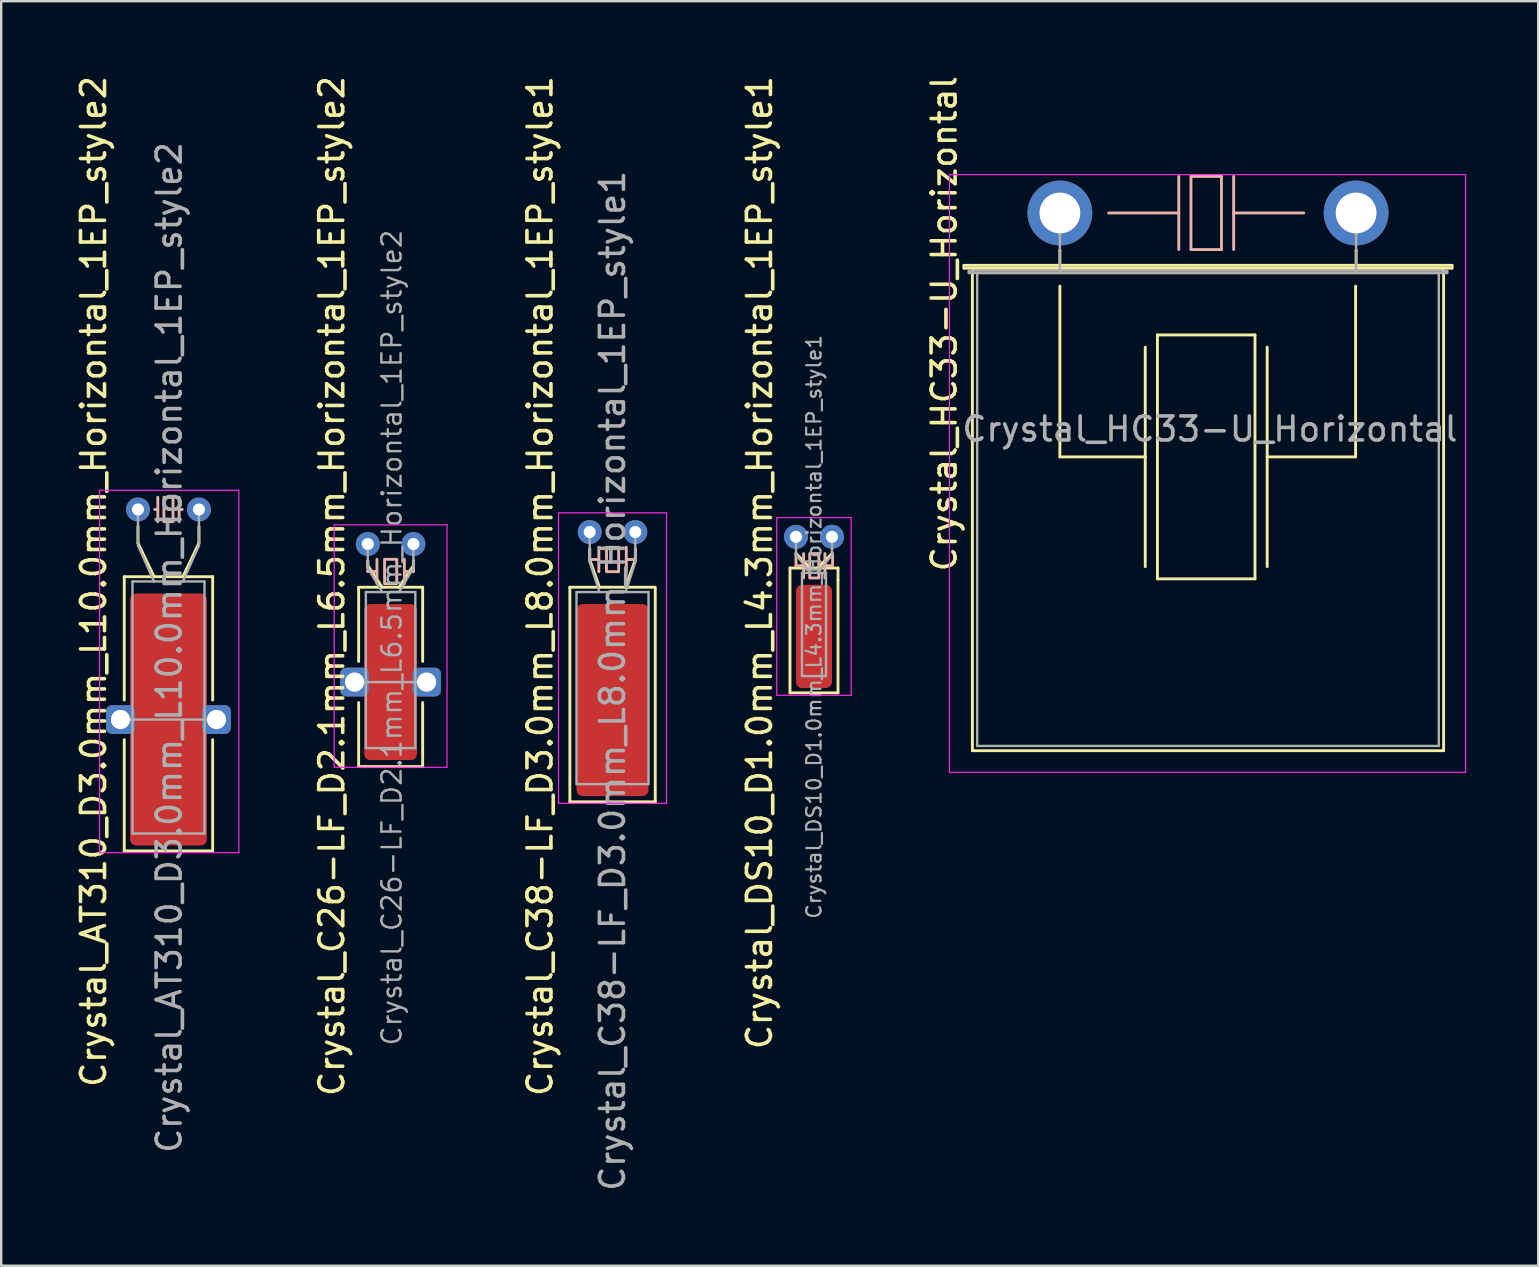
<source format=kicad_pcb>
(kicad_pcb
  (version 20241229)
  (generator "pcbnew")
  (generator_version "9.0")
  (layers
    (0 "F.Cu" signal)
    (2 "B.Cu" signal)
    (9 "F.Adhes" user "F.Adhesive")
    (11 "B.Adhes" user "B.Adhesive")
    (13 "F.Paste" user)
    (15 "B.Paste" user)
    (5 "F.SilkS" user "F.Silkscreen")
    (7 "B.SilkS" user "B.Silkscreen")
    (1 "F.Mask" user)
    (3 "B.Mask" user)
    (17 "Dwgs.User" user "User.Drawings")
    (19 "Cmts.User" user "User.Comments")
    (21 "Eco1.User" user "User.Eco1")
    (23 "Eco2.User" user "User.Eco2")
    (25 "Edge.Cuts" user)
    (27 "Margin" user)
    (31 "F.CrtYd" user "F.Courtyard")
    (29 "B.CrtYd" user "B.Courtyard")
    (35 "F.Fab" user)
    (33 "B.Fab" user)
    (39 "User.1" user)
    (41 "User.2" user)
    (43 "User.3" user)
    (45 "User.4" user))
  (footprint "Crystal_C26-LF_D2.1mm_L6.5mm_Horizontal_1EP_style2"
    (layer "F.Cu")
    (at 12.271 19.613)
    (property "Reference" "Crystal_C26-LF_D2.1mm_L6.5mm_Horizontal_1EP_style2" (at -1.5 1.75 90) (layer "F.SilkS") (effects (font (size 1 1) (thickness 0.15))))
    (attr through_hole)
    (fp_line (start -0.381 1.8) (end 2.286 1.8) (stroke (width 0.12) (type solid)) (layer "F.SilkS"))
    (fp_line (start -0.381 4.889) (end -0.381 1.8) (stroke (width 0.12) (type solid)) (layer "F.SilkS"))
    (fp_line (start -0.381 9.271) (end -0.381 6.604) (stroke (width 0.12) (type solid)) (layer "F.SilkS"))
    (fp_line (start 0 0.9) (end 0 0.7) (stroke (width 0.12) (type solid)) (layer "F.SilkS"))
    (fp_line (start 0.6 1.8) (end 0 0.9) (stroke (width 0.12) (type solid)) (layer "F.SilkS"))
    (fp_line (start 1.3 1.8) (end 1.9 0.9) (stroke (width 0.12) (type solid)) (layer "F.SilkS"))
    (fp_line (start 1.9 0.9) (end 1.9 0.7) (stroke (width 0.12) (type solid)) (layer "F.SilkS"))
    (fp_line (start 2.286 1.8) (end 2.286 4.889) (stroke (width 0.12) (type solid)) (layer "F.SilkS"))
    (fp_line (start 2.286 6.604) (end 2.286 9.207) (stroke (width 0.12) (type solid)) (layer "F.SilkS"))
    (fp_line (start 2.286 9.207) (end 2.286 9.271) (stroke (width 0.12) (type solid)) (layer "F.SilkS"))
    (fp_line (start 2.286 9.271) (end -0.381 9.271) (stroke (width 0.12) (type solid)) (layer "F.SilkS"))
    (fp_line (start 0 1.143) (end 0 0.699) (stroke (width 0.12) (type solid)) (layer "B.SilkS"))
    (fp_line (start 0.381 0.635) (end 0.381 1.651) (stroke (width 0.12) (type solid)) (layer "B.SilkS"))
    (fp_line (start 0.381 1.143) (end 0 1.143) (stroke (width 0.12) (type solid)) (layer "B.SilkS"))
    (fp_line (start 1.524 0.635) (end 1.524 1.651) (stroke (width 0.12) (type solid)) (layer "B.SilkS"))
    (fp_line (start 1.524 1.143) (end 1.905 1.143) (stroke (width 0.12) (type solid)) (layer "B.SilkS"))
    (fp_line (start 1.905 1.143) (end 1.905 0.699) (stroke (width 0.12) (type solid)) (layer "B.SilkS"))
    (fp_rect (start 0.699 0.635) (end 1.206 1.651) (stroke (width 0.12) (type solid)) (fill no) (layer "B.SilkS"))
    (fp_line (start -1.4 -0.8) (end -1.4 9.3) (stroke (width 0.05) (type solid)) (layer "F.CrtYd"))
    (fp_line (start -1.4 9.3) (end 3.3 9.3) (stroke (width 0.05) (type solid)) (layer "F.CrtYd"))
    (fp_line (start 3.3 -0.8) (end -1.4 -0.8) (stroke (width 0.05) (type solid)) (layer "F.CrtYd"))
    (fp_line (start 3.3 9.3) (end 3.3 -0.8) (stroke (width 0.05) (type solid)) (layer "F.CrtYd"))
    (fp_line (start -0.55 5.75) (end 2.45 5.75) (stroke (width 0.1) (type solid)) (layer "F.Fab"))
    (fp_line (start -0.08 2) (end -0.08 8.5) (stroke (width 0.1) (type solid)) (layer "F.Fab"))
    (fp_line (start -0.08 8.5) (end 1.98 8.5) (stroke (width 0.1) (type solid)) (layer "F.Fab"))
    (fp_line (start 0 1) (end 0 0) (stroke (width 0.1) (type solid)) (layer "F.Fab"))
    (fp_line (start 0.6 2) (end 0 1) (stroke (width 0.1) (type solid)) (layer "F.Fab"))
    (fp_line (start 1.3 2) (end 1.9 1) (stroke (width 0.1) (type solid)) (layer "F.Fab"))
    (fp_line (start 1.9 1) (end 1.9 0) (stroke (width 0.1) (type solid)) (layer "F.Fab"))
    (fp_line (start 1.98 2) (end -0.08 2) (stroke (width 0.1) (type solid)) (layer "F.Fab"))
    (fp_line (start 1.98 8.5) (end 1.98 2) (stroke (width 0.1) (type solid)) (layer "F.Fab"))
    (fp_text user "${REFERENCE}" (at 1 3.9 90) (layer "F.Fab") (effects (font (size 0.8 0.8) (thickness 0.1))))
    (pad "1" thru_hole circle (at 0 0) (size 1 1) (drill 0.5) (layers "*.Cu" "*.Mask"))
    (pad "2" thru_hole circle (at 1.9 0) (size 1 1) (drill 0.5) (layers "*.Cu" "*.Mask"))
    (pad "3" thru_hole roundrect (at -0.55 5.75) (size 1.2 1.2) (drill 0.8) (layers "*.Cu" "*.Mask") (roundrect_rratio 0.208))
    (pad "3" smd roundrect (at 0.95 5.75) (size 2.2 6.5) (layers "F.Cu" "F.Mask" "F.Paste") (roundrect_rratio 0.114))
    (pad "3" thru_hole roundrect (at 2.45 5.75) (size 1.2 1.2) (drill 0.8) (layers "*.Cu" "*.Mask") (roundrect_rratio 0.208)))
  (footprint "Crystal_C38-LF_D3.0mm_L8.0mm_Horizontal_1EP_style1"
    (layer "F.Cu")
    (at 21.515 19.113)
    (property "Reference" "Crystal_C38-LF_D3.0mm_L8.0mm_Horizontal_1EP_style1" (at -2.07 2.25 90) (layer "F.SilkS") (effects (font (size 1 1) (thickness 0.15))))
    (attr through_hole)
    (fp_line (start -0.826 2.3) (end 2.731 2.3) (stroke (width 0.12) (type solid)) (layer "F.SilkS"))
    (fp_line (start -0.826 11.239) (end -0.826 2.3) (stroke (width 0.12) (type solid)) (layer "F.SilkS"))
    (fp_line (start 0 1.15) (end 0 0.7) (stroke (width 0.12) (type solid)) (layer "F.SilkS"))
    (fp_line (start 0.405 2.3) (end 0 1.15) (stroke (width 0.12) (type solid)) (layer "F.SilkS"))
    (fp_line (start 1.495 2.3) (end 1.9 1.15) (stroke (width 0.12) (type solid)) (layer "F.SilkS"))
    (fp_line (start 1.9 1.15) (end 1.9 0.7) (stroke (width 0.12) (type solid)) (layer "F.SilkS"))
    (fp_line (start 2.731 2.364) (end 2.731 11.239) (stroke (width 0.12) (type solid)) (layer "F.SilkS"))
    (fp_line (start 2.731 11.239) (end -0.826 11.239) (stroke (width 0.12) (type solid)) (layer "F.SilkS"))
    (fp_line (start 0 1.143) (end 0 0.699) (stroke (width 0.12) (type solid)) (layer "B.SilkS"))
    (fp_line (start 0.381 0.635) (end 0.381 1.651) (stroke (width 0.12) (type solid)) (layer "B.SilkS"))
    (fp_line (start 0.381 1.143) (end 0 1.143) (stroke (width 0.12) (type solid)) (layer "B.SilkS"))
    (fp_line (start 1.524 0.635) (end 1.524 1.651) (stroke (width 0.12) (type solid)) (layer "B.SilkS"))
    (fp_line (start 1.524 1.143) (end 1.905 1.143) (stroke (width 0.12) (type solid)) (layer "B.SilkS"))
    (fp_line (start 1.905 1.143) (end 1.905 0.699) (stroke (width 0.12) (type solid)) (layer "B.SilkS"))
    (fp_rect (start 0.699 0.635) (end 1.206 1.651) (stroke (width 0.12) (type solid)) (fill no) (layer "B.SilkS"))
    (fp_line (start -1.3 -0.8) (end -1.3 11.3) (stroke (width 0.05) (type solid)) (layer "F.CrtYd"))
    (fp_line (start -1.3 11.3) (end 3.2 11.3) (stroke (width 0.05) (type solid)) (layer "F.CrtYd"))
    (fp_line (start 3.2 -0.8) (end -1.3 -0.8) (stroke (width 0.05) (type solid)) (layer "F.CrtYd"))
    (fp_line (start 3.2 11.3) (end 3.2 -0.8) (stroke (width 0.05) (type solid)) (layer "F.CrtYd"))
    (fp_line (start -0.55 2.5) (end -0.55 10.5) (stroke (width 0.1) (type solid)) (layer "F.Fab"))
    (fp_line (start -0.55 10.5) (end 2.45 10.5) (stroke (width 0.1) (type solid)) (layer "F.Fab"))
    (fp_line (start 0 1.25) (end 0 0) (stroke (width 0.1) (type solid)) (layer "F.Fab"))
    (fp_line (start 0.405 2.5) (end 0 1.25) (stroke (width 0.1) (type solid)) (layer "F.Fab"))
    (fp_line (start 1.495 2.5) (end 1.9 1.25) (stroke (width 0.1) (type solid)) (layer "F.Fab"))
    (fp_line (start 1.9 1.25) (end 1.9 0) (stroke (width 0.1) (type solid)) (layer "F.Fab"))
    (fp_line (start 2.45 2.5) (end -0.55 2.5) (stroke (width 0.1) (type solid)) (layer "F.Fab"))
    (fp_line (start 2.45 10.5) (end 2.45 2.5) (stroke (width 0.1) (type solid)) (layer "F.Fab"))
    (fp_text user "${REFERENCE}" (at 0.95 6.2 90) (layer "F.Fab") (effects (font (size 1 1) (thickness 0.15))))
    (pad "1" thru_hole circle (at 0 0) (size 1 1) (drill 0.5) (layers "*.Cu" "*.Mask"))
    (pad "2" thru_hole circle (at 1.9 0) (size 1 1) (drill 0.5) (layers "*.Cu" "*.Mask"))
    (pad "3" smd roundrect (at 0.95 7) (size 3 8) (layers "F.Cu" "F.Mask" "F.Paste") (roundrect_rratio 0.083)))
  (footprint "Crystal_HC33-U_Horizontal"
    (layer "F.Cu")
    (at 41.101 5.822)
    (property "Reference" "Crystal_HC33-U_Horizontal" (at -4.82 4.612 90) (layer "F.SilkS") (effects (font (size 1 1) (thickness 0.15))))
    (attr through_hole)
    (fp_line (start -3.995 2.18) (end 16.335 2.18) (stroke (width 0.12) (type solid)) (layer "F.SilkS"))
    (fp_line (start -3.995 2.3) (end -3.995 2.18) (stroke (width 0.12) (type solid)) (layer "F.SilkS"))
    (fp_line (start -3.645 2.3) (end -3.645 22.4) (stroke (width 0.12) (type solid)) (layer "F.SilkS"))
    (fp_line (start -3.645 22.4) (end 15.985 22.4) (stroke (width 0.12) (type solid)) (layer "F.SilkS"))
    (fp_line (start 0 1.55) (end 0 1.55) (stroke (width 0.12) (type solid)) (layer "F.SilkS"))
    (fp_line (start 0 2.3) (end 0 1.55) (stroke (width 0.12) (type solid)) (layer "F.SilkS"))
    (fp_line (start 0 3.048) (end 0 10.16) (stroke (width 0.12) (type solid)) (layer "F.SilkS"))
    (fp_line (start 0 10.16) (end 3.556 10.16) (stroke (width 0.12) (type solid)) (layer "F.SilkS"))
    (fp_line (start 3.556 10.16) (end 3.556 5.588) (stroke (width 0.12) (type solid)) (layer "F.SilkS"))
    (fp_line (start 3.556 14.732) (end 3.556 10.16) (stroke (width 0.12) (type solid)) (layer "F.SilkS"))
    (fp_line (start 4.064 5.08) (end 4.064 15.24) (stroke (width 0.12) (type solid)) (layer "F.SilkS"))
    (fp_line (start 4.064 15.24) (end 8.128 15.24) (stroke (width 0.12) (type solid)) (layer "F.SilkS"))
    (fp_line (start 8.128 5.08) (end 4.064 5.08) (stroke (width 0.12) (type solid)) (layer "F.SilkS"))
    (fp_line (start 8.128 15.24) (end 8.128 5.08) (stroke (width 0.12) (type solid)) (layer "F.SilkS"))
    (fp_line (start 8.636 10.16) (end 8.636 5.588) (stroke (width 0.12) (type solid)) (layer "F.SilkS"))
    (fp_line (start 8.636 10.16) (end 12.319 10.16) (stroke (width 0.12) (type solid)) (layer "F.SilkS"))
    (fp_line (start 8.636 14.732) (end 8.636 10.16) (stroke (width 0.12) (type solid)) (layer "F.SilkS"))
    (fp_line (start 12.319 3.048) (end 12.319 10.16) (stroke (width 0.12) (type solid)) (layer "F.SilkS"))
    (fp_line (start 12.34 1.55) (end 12.34 1.55) (stroke (width 0.12) (type solid)) (layer "F.SilkS"))
    (fp_line (start 12.34 2.3) (end 12.34 1.55) (stroke (width 0.12) (type solid)) (layer "F.SilkS"))
    (fp_line (start 15.985 2.3) (end -3.645 2.3) (stroke (width 0.12) (type solid)) (layer "F.SilkS"))
    (fp_line (start 15.985 22.4) (end 15.985 2.3) (stroke (width 0.12) (type solid)) (layer "F.SilkS"))
    (fp_line (start 16.335 2.18) (end 16.335 2.3) (stroke (width 0.12) (type solid)) (layer "F.SilkS"))
    (fp_line (start 16.335 2.3) (end -3.995 2.3) (stroke (width 0.12) (type solid)) (layer "F.SilkS"))
    (fp_line (start 2.032 0) (end 4.953 0) (stroke (width 0.12) (type solid)) (layer "B.SilkS"))
    (fp_line (start 4.953 1.524) (end 4.953 -1.524) (stroke (width 0.12) (type solid)) (layer "B.SilkS"))
    (fp_line (start 5.461 -1.524) (end 5.461 1.524) (stroke (width 0.12) (type solid)) (layer "B.SilkS"))
    (fp_line (start 5.461 1.524) (end 6.731 1.524) (stroke (width 0.12) (type solid)) (layer "B.SilkS"))
    (fp_line (start 6.731 -1.524) (end 5.461 -1.524) (stroke (width 0.12) (type solid)) (layer "B.SilkS"))
    (fp_line (start 6.731 1.524) (end 6.731 -1.524) (stroke (width 0.12) (type solid)) (layer "B.SilkS"))
    (fp_line (start 7.239 1.524) (end 7.239 -1.524) (stroke (width 0.12) (type solid)) (layer "B.SilkS"))
    (fp_line (start 10.16 0) (end 7.239 0) (stroke (width 0.12) (type solid)) (layer "B.SilkS"))
    (fp_line (start -4.6 -1.6) (end -4.6 23.3) (stroke (width 0.05) (type solid)) (layer "F.CrtYd"))
    (fp_line (start -4.6 23.3) (end 16.9 23.3) (stroke (width 0.05) (type solid)) (layer "F.CrtYd"))
    (fp_line (start 16.9 -1.6) (end -4.6 -1.6) (stroke (width 0.05) (type solid)) (layer "F.CrtYd"))
    (fp_line (start 16.9 23.3) (end 16.9 -1.6) (stroke (width 0.05) (type solid)) (layer "F.CrtYd"))
    (fp_line (start -3.795 2.4) (end 16.135 2.4) (stroke (width 0.1) (type solid)) (layer "F.Fab"))
    (fp_line (start -3.795 2.5) (end -3.795 2.4) (stroke (width 0.1) (type solid)) (layer "F.Fab"))
    (fp_line (start -3.445 2.5) (end -3.445 22.2) (stroke (width 0.1) (type solid)) (layer "F.Fab"))
    (fp_line (start -3.445 22.2) (end 15.785 22.2) (stroke (width 0.1) (type solid)) (layer "F.Fab"))
    (fp_line (start 0 1.25) (end 0 0) (stroke (width 0.1) (type solid)) (layer "F.Fab"))
    (fp_line (start 0 2.5) (end 0 1.25) (stroke (width 0.1) (type solid)) (layer "F.Fab"))
    (fp_line (start 12.34 1.25) (end 12.34 0) (stroke (width 0.1) (type solid)) (layer "F.Fab"))
    (fp_line (start 12.34 2.5) (end 12.34 1.25) (stroke (width 0.1) (type solid)) (layer "F.Fab"))
    (fp_line (start 15.785 2.5) (end -3.445 2.5) (stroke (width 0.1) (type solid)) (layer "F.Fab"))
    (fp_line (start 15.785 22.2) (end 15.785 2.5) (stroke (width 0.1) (type solid)) (layer "F.Fab"))
    (fp_line (start 16.135 2.4) (end 16.135 2.5) (stroke (width 0.1) (type solid)) (layer "F.Fab"))
    (fp_line (start 16.135 2.5) (end -3.795 2.5) (stroke (width 0.1) (type solid)) (layer "F.Fab"))
    (fp_text user "${REFERENCE}" (at 6.25 9 0) (layer "F.Fab") (effects (font (size 1 1) (thickness 0.15))))
    (pad "1" thru_hole circle (at 0 0) (size 2.7 2.7) (drill 1.7) (layers "*.Cu" "*.Mask"))
    (pad "2" thru_hole circle (at 12.34 0) (size 2.7 2.7) (drill 1.7) (layers "*.Cu" "*.Mask")))
  (footprint "Crystal_DS10_D1.0mm_L4.3mm_Horizontal_1EP_style1"
    (layer "F.Cu")
    (at 30.108 19.312)
    (property "Reference" "Crystal_DS10_D1.0mm_L4.3mm_Horizontal_1EP_style1" (at -1.52 1.075 90) (layer "F.SilkS") (effects (font (size 1 1) (thickness 0.15))))
    (attr through_hole)
    (fp_line (start -0.25 1.3) (end 1.75 1.3) (stroke (width 0.12) (type solid)) (layer "F.SilkS"))
    (fp_line (start -0.25 6.5) (end -0.25 1.3) (stroke (width 0.12) (type solid)) (layer "F.SilkS"))
    (fp_line (start -0.25 6.5) (end 1.7 6.5) (stroke (width 0.12) (type solid)) (layer "F.SilkS"))
    (fp_line (start 0 0.7) (end 0 0.7) (stroke (width 0.12) (type solid)) (layer "F.SilkS"))
    (fp_line (start 0.6 1.3) (end 0 0.7) (stroke (width 0.12) (type solid)) (layer "F.SilkS"))
    (fp_line (start 0.9 1.3) (end 1.5 0.7) (stroke (width 0.12) (type solid)) (layer "F.SilkS"))
    (fp_line (start 1.5 0.7) (end 1.5 0.7) (stroke (width 0.12) (type solid)) (layer "F.SilkS"))
    (fp_line (start 1.7 6.5) (end 1.75 6.5) (stroke (width 0.12) (type solid)) (layer "F.SilkS"))
    (fp_line (start 1.75 1.3) (end 1.75 1.8) (stroke (width 0.12) (type solid)) (layer "F.SilkS"))
    (fp_line (start 1.75 6.5) (end 1.75 1.8) (stroke (width 0.12) (type solid)) (layer "F.SilkS"))
    (fp_line (start 0 1.206) (end 0 0.699) (stroke (width 0.12) (type solid)) (layer "B.SilkS"))
    (fp_line (start 0.191 1.206) (end 0 1.206) (stroke (width 0.12) (type solid)) (layer "B.SilkS"))
    (fp_line (start 0.318 0.699) (end 0.318 1.714) (stroke (width 0.12) (type solid)) (layer "B.SilkS"))
    (fp_line (start 0.318 1.206) (end 0.191 1.206) (stroke (width 0.12) (type solid)) (layer "B.SilkS"))
    (fp_line (start 1.206 0.699) (end 1.206 1.714) (stroke (width 0.12) (type solid)) (layer "B.SilkS"))
    (fp_line (start 1.333 1.206) (end 1.27 1.206) (stroke (width 0.12) (type solid)) (layer "B.SilkS"))
    (fp_line (start 1.333 1.206) (end 1.524 1.206) (stroke (width 0.12) (type solid)) (layer "B.SilkS"))
    (fp_line (start 1.524 1.206) (end 1.524 0.699) (stroke (width 0.12) (type solid)) (layer "B.SilkS"))
    (fp_rect (start 0.572 0.699) (end 0.953 1.714) (stroke (width 0.12) (type solid)) (fill no) (layer "B.SilkS"))
    (fp_line (start -0.8 -0.8) (end -0.8 6.6) (stroke (width 0.05) (type solid)) (layer "F.CrtYd"))
    (fp_line (start -0.8 6.6) (end 2.3 6.6) (stroke (width 0.05) (type solid)) (layer "F.CrtYd"))
    (fp_line (start 2.3 -0.8) (end -0.8 -0.8) (stroke (width 0.05) (type solid)) (layer "F.CrtYd"))
    (fp_line (start 2.3 6.6) (end 2.3 -0.8) (stroke (width 0.05) (type solid)) (layer "F.CrtYd"))
    (fp_line (start 0 0.75) (end 0 0) (stroke (width 0.1) (type solid)) (layer "F.Fab"))
    (fp_line (start 0.25 1.5) (end 0.25 5.8) (stroke (width 0.1) (type solid)) (layer "F.Fab"))
    (fp_line (start 0.25 5.8) (end 1.25 5.8) (stroke (width 0.1) (type solid)) (layer "F.Fab"))
    (fp_line (start 0.6 1.5) (end 0 0.75) (stroke (width 0.1) (type solid)) (layer "F.Fab"))
    (fp_line (start 0.9 1.5) (end 1.5 0.75) (stroke (width 0.1) (type solid)) (layer "F.Fab"))
    (fp_line (start 1.25 1.5) (end 0.25 1.5) (stroke (width 0.1) (type solid)) (layer "F.Fab"))
    (fp_line (start 1.25 5.8) (end 1.25 1.5) (stroke (width 0.1) (type solid)) (layer "F.Fab"))
    (fp_line (start 1.5 0.75) (end 1.5 0) (stroke (width 0.1) (type solid)) (layer "F.Fab"))
    (fp_text user "${REFERENCE}" (at 0.75 3.75 90) (layer "F.Fab") (effects (font (size 0.6 0.6) (thickness 0.09))))
    (pad "1" thru_hole circle (at 0 0) (size 1 1) (drill 0.5) (layers "*.Cu" "*.Mask"))
    (pad "2" thru_hole circle (at 1.5 0) (size 1 1) (drill 0.5) (layers "*.Cu" "*.Mask"))
    (pad "3" smd roundrect (at 0.75 4.15) (size 1.5 4.3) (layers "F.Cu" "F.Mask" "F.Paste") (roundrect_rratio 0.167)))
  (footprint "Crystal_AT310_D3.0mm_L10.0mm_Horizontal_1EP_style2"
    (layer "F.Cu")
    (at 2.698 18.173)
    (property "Reference" "Crystal_AT310_D3.0mm_L10.0mm_Horizontal_1EP_style2" (at -1.85 3 90) (layer "F.SilkS") (effects (font (size 1 1) (thickness 0.15))))
    (attr through_hole)
    (fp_line (start -0.572 2.8) (end 3.111 2.8) (stroke (width 0.12) (type solid)) (layer "F.SilkS"))
    (fp_line (start -0.572 7.938) (end -0.572 2.8) (stroke (width 0.12) (type solid)) (layer "F.SilkS"))
    (fp_line (start -0.572 14.224) (end -0.572 9.588) (stroke (width 0.12) (type solid)) (layer "F.SilkS"))
    (fp_line (start 0 1.4) (end 0 0.7) (stroke (width 0.12) (type solid)) (layer "F.SilkS"))
    (fp_line (start 0.67 2.8) (end 0 1.4) (stroke (width 0.12) (type solid)) (layer "F.SilkS"))
    (fp_line (start 1.87 2.8) (end 2.54 1.4) (stroke (width 0.12) (type solid)) (layer "F.SilkS"))
    (fp_line (start 2.54 1.4) (end 2.54 0.7) (stroke (width 0.12) (type solid)) (layer "F.SilkS"))
    (fp_line (start 3.111 2.8) (end 3.111 7.938) (stroke (width 0.12) (type solid)) (layer "F.SilkS"))
    (fp_line (start 3.111 9.588) (end 3.111 14.224) (stroke (width 0.12) (type solid)) (layer "F.SilkS"))
    (fp_line (start 3.111 14.224) (end -0.572 14.224) (stroke (width 0.12) (type solid)) (layer "F.SilkS"))
    (fp_line (start 0.826 -0.508) (end 0.826 0.508) (stroke (width 0.12) (type solid)) (layer "B.SilkS"))
    (fp_line (start 0.826 0) (end 0.699 0) (stroke (width 0.12) (type solid)) (layer "B.SilkS"))
    (fp_line (start 1.714 -0.508) (end 1.714 0.508) (stroke (width 0.12) (type solid)) (layer "B.SilkS"))
    (fp_line (start 1.841 0) (end 1.778 0) (stroke (width 0.12) (type solid)) (layer "B.SilkS"))
    (fp_rect (start 1.079 -0.508) (end 1.46 0.508) (stroke (width 0.12) (type solid)) (fill no) (layer "B.SilkS"))
    (fp_line (start -1.6 -0.8) (end -1.6 14.3) (stroke (width 0.05) (type solid)) (layer "F.CrtYd"))
    (fp_line (start -1.6 14.3) (end 4.2 14.3) (stroke (width 0.05) (type solid)) (layer "F.CrtYd"))
    (fp_line (start 4.2 -0.8) (end -1.6 -0.8) (stroke (width 0.05) (type solid)) (layer "F.CrtYd"))
    (fp_line (start 4.2 14.3) (end 4.2 -0.8) (stroke (width 0.05) (type solid)) (layer "F.CrtYd"))
    (fp_line (start -0.73 8.75) (end 3.27 8.75) (stroke (width 0.1) (type solid)) (layer "F.Fab"))
    (fp_line (start -0.23 3) (end -0.23 13.5) (stroke (width 0.1) (type solid)) (layer "F.Fab"))
    (fp_line (start -0.23 13.5) (end 2.77 13.5) (stroke (width 0.1) (type solid)) (layer "F.Fab"))
    (fp_line (start 0 1.5) (end 0 0) (stroke (width 0.1) (type solid)) (layer "F.Fab"))
    (fp_line (start 0.67 3) (end 0 1.5) (stroke (width 0.1) (type solid)) (layer "F.Fab"))
    (fp_line (start 1.87 3) (end 2.54 1.5) (stroke (width 0.1) (type solid)) (layer "F.Fab"))
    (fp_line (start 2.54 1.5) (end 2.54 0) (stroke (width 0.1) (type solid)) (layer "F.Fab"))
    (fp_line (start 2.77 3) (end -0.23 3) (stroke (width 0.1) (type solid)) (layer "F.Fab"))
    (fp_line (start 2.77 13.5) (end 2.77 3) (stroke (width 0.1) (type solid)) (layer "F.Fab"))
    (fp_text user "${REFERENCE}" (at 1.3 5.75 90) (layer "F.Fab") (effects (font (size 1 1) (thickness 0.15))))
    (pad "1" thru_hole circle (at 0 0) (size 1 1) (drill 0.5) (layers "*.Cu" "*.Mask"))
    (pad "2" thru_hole circle (at 2.54 0) (size 1 1) (drill 0.5) (layers "*.Cu" "*.Mask"))
    (pad "3" thru_hole roundrect (at -0.73 8.75) (size 1.2 1.2) (drill 0.8) (layers "*.Cu" "*.Mask") (roundrect_rratio 0.208))
    (pad "3" smd roundrect (at 1.27 8.75) (size 3.2 10.5) (layers "F.Cu" "F.Mask" "F.Paste") (roundrect_rratio 0.078))
    (pad "3" thru_hole roundrect (at 3.27 8.75) (size 1.2 1.2) (drill 0.8) (layers "*.Cu" "*.Mask") (roundrect_rratio 0.208)))
  (gr_rect
    (start -3 -3)
    (end 61.026 49.676)
    (stroke (width 0.1) (type default))
    (fill no)
    (layer "Edge.Cuts")))
</source>
